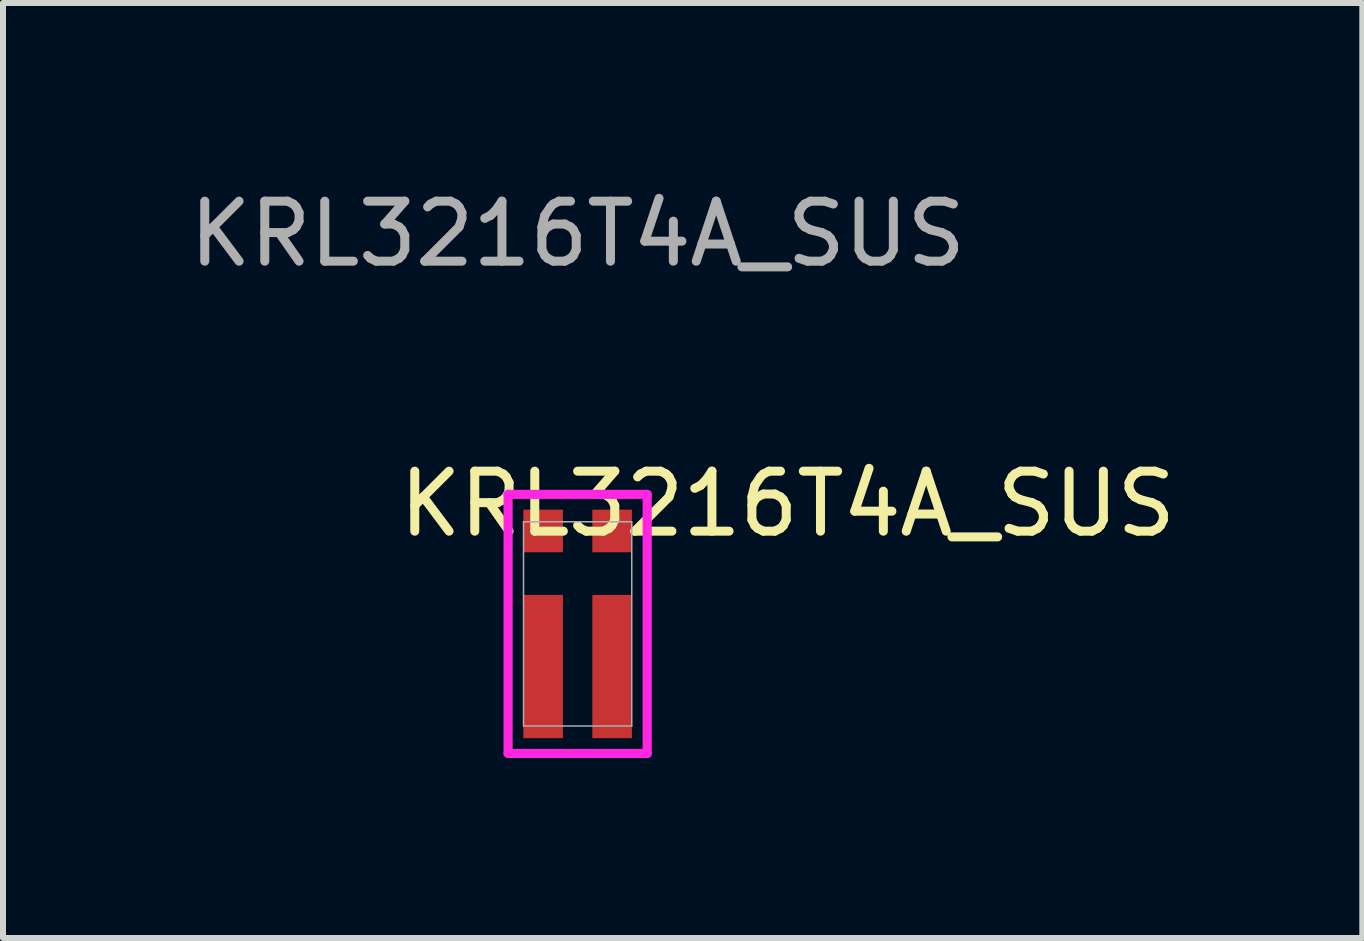
<source format=kicad_pcb>
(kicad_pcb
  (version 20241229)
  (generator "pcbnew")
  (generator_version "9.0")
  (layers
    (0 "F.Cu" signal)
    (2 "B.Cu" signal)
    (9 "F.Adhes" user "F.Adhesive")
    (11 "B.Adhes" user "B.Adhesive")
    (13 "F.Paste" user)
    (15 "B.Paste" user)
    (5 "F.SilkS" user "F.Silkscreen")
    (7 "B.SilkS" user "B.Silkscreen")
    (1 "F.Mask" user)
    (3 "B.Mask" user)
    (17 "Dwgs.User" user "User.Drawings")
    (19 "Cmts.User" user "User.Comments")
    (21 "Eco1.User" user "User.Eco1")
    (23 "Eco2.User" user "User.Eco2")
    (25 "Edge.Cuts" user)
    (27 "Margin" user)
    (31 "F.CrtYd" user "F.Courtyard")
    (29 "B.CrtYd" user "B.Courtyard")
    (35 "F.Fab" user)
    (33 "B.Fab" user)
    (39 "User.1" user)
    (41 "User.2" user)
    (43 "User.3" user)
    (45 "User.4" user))
  (footprint "KRL3216T4A_SUS"
    (layer "F.Cu")
    (at 6.577 7.348)
    (property "Reference" "KRL3216T4A_SUS" (at 3.5 -2 0) (unlocked yes) (layer "F.SilkS") (effects (font (size 1 1) (thickness 0.15))))
    (attr smd)
    (fp_line (start -1.159 -2.159) (end 1.159 -2.159) (stroke (width 0.152) (type solid)) (layer "F.CrtYd"))
    (fp_line (start -1.159 2.159) (end -1.159 -2.159) (stroke (width 0.152) (type solid)) (layer "F.CrtYd"))
    (fp_line (start 1.159 -2.159) (end 1.159 2.159) (stroke (width 0.152) (type solid)) (layer "F.CrtYd"))
    (fp_line (start 1.159 2.159) (end -1.159 2.159) (stroke (width 0.152) (type solid)) (layer "F.CrtYd"))
    (fp_line (start -0.902 -1.702) (end -0.902 1.702) (stroke (width 0.025) (type solid)) (layer "F.Fab"))
    (fp_line (start -0.902 1.702) (end 0.902 1.702) (stroke (width 0.025) (type solid)) (layer "F.Fab"))
    (fp_line (start 0.902 -1.702) (end -0.902 -1.702) (stroke (width 0.025) (type solid)) (layer "F.Fab"))
    (fp_line (start 0.902 1.702) (end 0.902 -1.702) (stroke (width 0.025) (type solid)) (layer "F.Fab"))
    (fp_text user "${REFERENCE}" (at 0 -6.5 0) (unlocked yes) (layer "F.Fab") (effects (font (size 1 1) (thickness 0.15))))
    (pad "1" smd rect (at -0.575 0.711) (size 0.66 2.388) (layers "F.Cu" "F.Mask" "F.Paste"))
    (pad "2" smd rect (at -0.575 -1.549) (size 0.66 0.711) (layers "F.Cu" "F.Mask" "F.Paste"))
    (pad "3" smd rect (at 0.575 -1.549) (size 0.66 0.711) (layers "F.Cu" "F.Mask" "F.Paste"))
    (pad "4" smd rect (at 0.575 0.711) (size 0.66 2.388) (layers "F.Cu" "F.Mask" "F.Paste"))
    (zone (net_name "") (layer "F.Cu") (hatch full 0.508) (connect_pads) (min_thickness 0.254) (filled_areas_thickness no) (keepout (tracks not_allowed) (vias not_allowed) (pads allowed) (copperpour not_allowed) (footprints allowed)) (placement (enabled no)) (fill) (polygon (pts (xy 6.383 5.697) (xy 6.771 5.697) (xy 6.771 8.999) (xy 6.383 8.999)))))
  (gr_rect
    (start -3 -3)
    (end 19.655 12.583)
    (stroke (width 0.1) (type default))
    (fill no)
    (layer "Edge.Cuts")))
</source>
